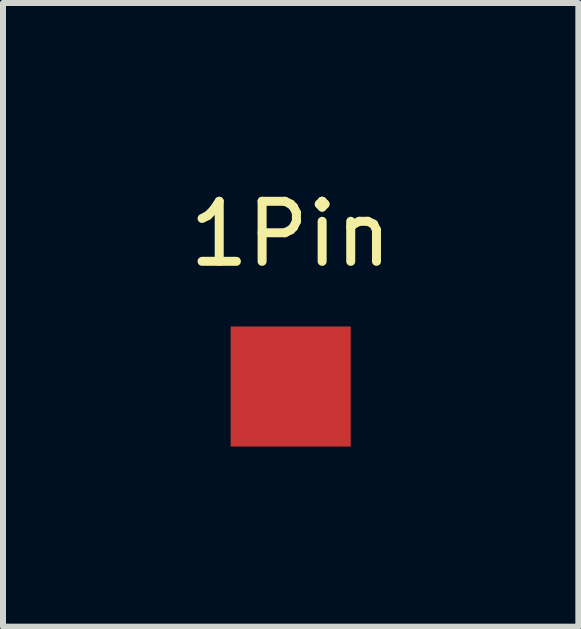
<source format=kicad_pcb>
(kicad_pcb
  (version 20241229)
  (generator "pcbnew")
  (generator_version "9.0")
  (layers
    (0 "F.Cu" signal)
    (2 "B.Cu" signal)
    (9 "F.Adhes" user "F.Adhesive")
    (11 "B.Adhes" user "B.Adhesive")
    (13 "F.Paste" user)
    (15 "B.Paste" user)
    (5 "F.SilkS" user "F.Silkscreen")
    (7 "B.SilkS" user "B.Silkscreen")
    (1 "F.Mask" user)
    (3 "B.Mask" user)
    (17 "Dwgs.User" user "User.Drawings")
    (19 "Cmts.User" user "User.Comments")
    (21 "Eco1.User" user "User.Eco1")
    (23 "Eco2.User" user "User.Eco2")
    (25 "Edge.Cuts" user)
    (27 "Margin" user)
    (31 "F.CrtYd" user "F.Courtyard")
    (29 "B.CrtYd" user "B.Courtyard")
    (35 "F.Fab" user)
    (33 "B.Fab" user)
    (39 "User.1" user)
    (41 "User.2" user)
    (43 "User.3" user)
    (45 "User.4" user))
  (footprint "1Pin"
    (layer "F.Cu")
    (at 1.792 3.388)
    (property "Reference" "1Pin" (at 0 -2.54 0) (layer "F.SilkS") (effects (font (size 1 1) (thickness 0.15))))
    (attr through_hole)
    (pad "1" smd rect (at 0 0) (size 2 2) (layers "F.Cu" "F.Mask" "F.Paste")))
  (gr_rect
    (start -3 -3)
    (end 6.583 7.388)
    (stroke (width 0.1) (type default))
    (fill no)
    (layer "Edge.Cuts")))
</source>
